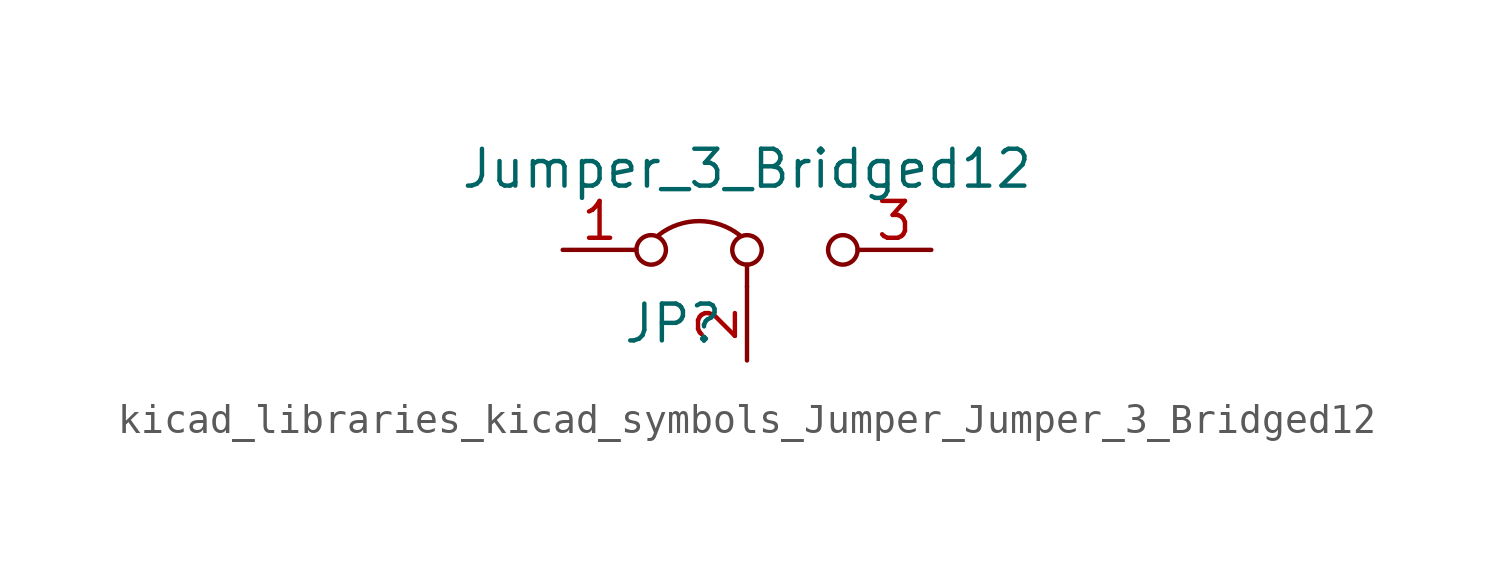
<source format=kicad_sym>
(kicad_symbol_lib
  (version 20220914)
  (generator kicad_symbol_editor)
  (symbol "kicad_libraries_kicad_symbols_Jumper_Jumper_3_Bridged12"
    (pin_names
      (offset 0) hide)
    (property "Reference" "JP"
      (at -2.54 -2.54 0)
      (effects (font (size 1.27 1.27))))
    (property "Value" "Jumper_3_Bridged12"
      (at 0 2.794 0)
      (effects (font (size 1.27 1.27))))
    (symbol "kicad_libraries_kicad_symbols_Jumper_Jumper_3_Bridged12_0_0"
      (circle (center -3.302 0) (radius 0.508) (stroke (width 0) (type default)) (fill (type none)))
      (circle (center 0 0) (radius 0.508) (stroke (width 0) (type default)) (fill (type none)))
      (circle (center 3.302 0) (radius 0.508) (stroke (width 0) (type default)) (fill (type none))))
    (symbol "kicad_libraries_kicad_symbols_Jumper_Jumper_3_Bridged12_0_1"
      (arc (start -0.254 0.508) (mid -1.651 0.9912) (end -3.048 0.508) (stroke (width 0) (type default)) (fill (type none)))
      (polyline (pts (xy 0 -1.27) (xy 0 -0.508)) (stroke (width 0) (type default)) (fill (type none))))
    (symbol "kicad_libraries_kicad_symbols_Jumper_Jumper_3_Bridged12_1_1"
      (pin passive line (at -6.35 0 0) (length 2.54) (name "A" (effects (font (size 1.27 1.27)))) (number "1" (effects (font (size 1.27 1.27)))))
      (pin passive line (at 0 -3.81 90) (length 2.54) (name "C" (effects (font (size 1.27 1.27)))) (number "2" (effects (font (size 1.27 1.27)))))
      (pin passive line (at 6.35 0 180) (length 2.54) (name "B" (effects (font (size 1.27 1.27)))) (number "3" (effects (font (size 1.27 1.27))))))))
</source>
